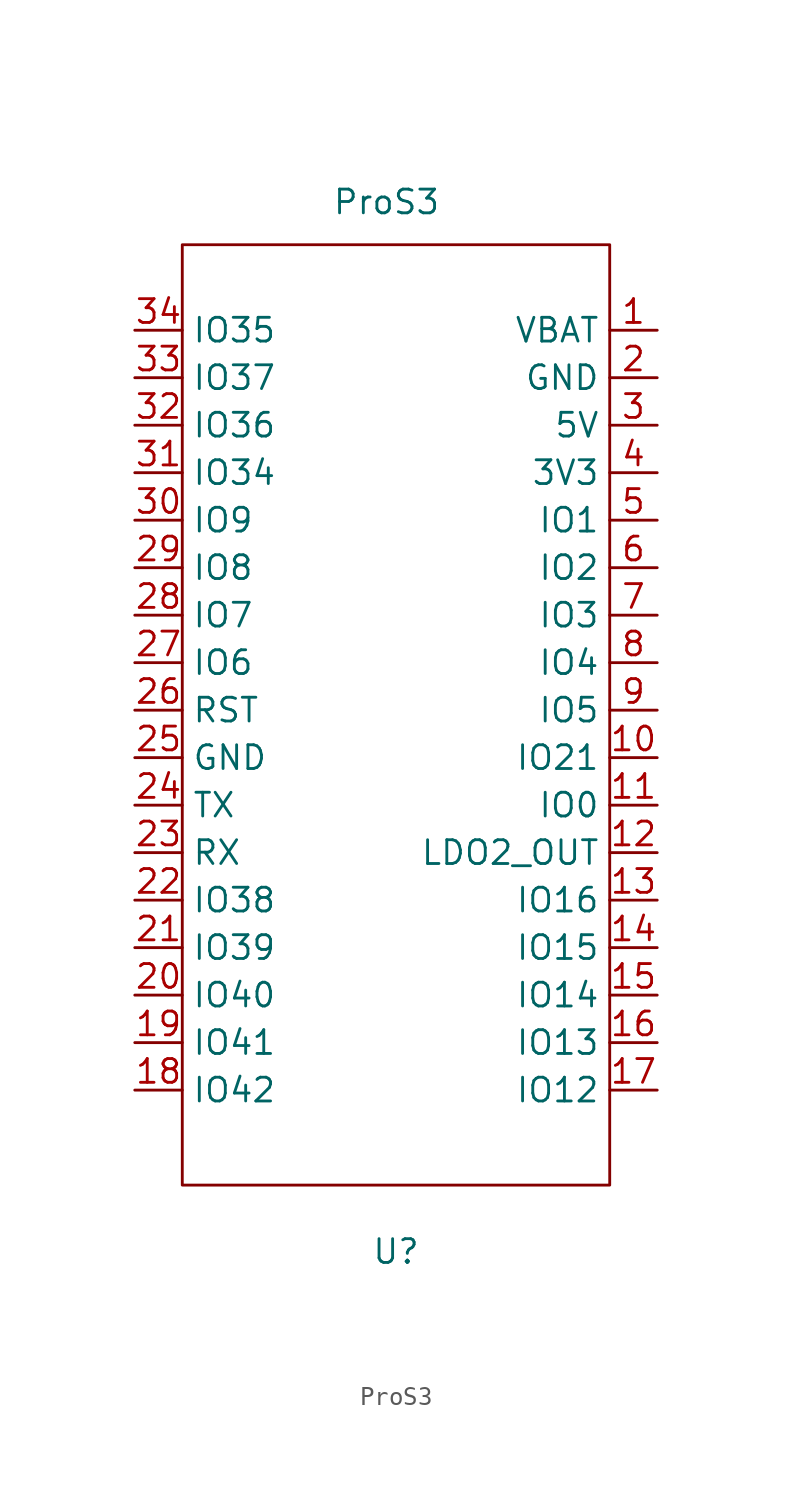
<source format=kicad_sym>
(kicad_symbol_lib
  (version 20220914)
  (generator kicad_symbol_editor)
  (symbol "ProS3"
    (property "Reference" "U"
      (at 0 -28.956 0)
      (effects (font (size 1.27 1.27))))
    (property "Value" "ProS3"
      (at -0.508 27.178 0)
      (effects (font (size 1.27 1.27))))
    (symbol "ProS3_0_1"
      (rectangle (start -11.43 24.892) (end 11.43 -25.4) (stroke (width 0.152) (type default)) (fill (type none))))
    (symbol "ProS3_1_1"
      (pin power_in line (at 13.97 20.32 180) (length 2.54) (name "VBAT" (effects (font (size 1.27 1.27)))) (number "1" (effects (font (size 1.27 1.27)))))
      (pin bidirectional line (at 13.97 -2.54 180) (length 2.54) (name "IO21" (effects (font (size 1.27 1.27)))) (number "10" (effects (font (size 1.27 1.27)))))
      (pin bidirectional line (at 13.97 -5.08 180) (length 2.54) (name "IO0" (effects (font (size 1.27 1.27)))) (number "11" (effects (font (size 1.27 1.27)))))
      (pin power_out line (at 13.97 -7.62 180) (length 2.54) (name "LDO2_OUT" (effects (font (size 1.27 1.27)))) (number "12" (effects (font (size 1.27 1.27)))))
      (pin bidirectional line (at 13.97 -10.16 180) (length 2.54) (name "IO16" (effects (font (size 1.27 1.27)))) (number "13" (effects (font (size 1.27 1.27)))))
      (pin bidirectional line (at 13.97 -12.7 180) (length 2.54) (name "IO15" (effects (font (size 1.27 1.27)))) (number "14" (effects (font (size 1.27 1.27)))))
      (pin bidirectional line (at 13.97 -15.24 180) (length 2.54) (name "IO14" (effects (font (size 1.27 1.27)))) (number "15" (effects (font (size 1.27 1.27)))))
      (pin bidirectional line (at 13.97 -17.78 180) (length 2.54) (name "IO13" (effects (font (size 1.27 1.27)))) (number "16" (effects (font (size 1.27 1.27)))))
      (pin bidirectional line (at 13.97 -20.32 180) (length 2.54) (name "IO12" (effects (font (size 1.27 1.27)))) (number "17" (effects (font (size 1.27 1.27)))))
      (pin bidirectional line (at -13.97 -20.32 0) (length 2.54) (name "IO42" (effects (font (size 1.27 1.27)))) (number "18" (effects (font (size 1.27 1.27)))))
      (pin bidirectional line (at -13.97 -17.78 0) (length 2.54) (name "IO41" (effects (font (size 1.27 1.27)))) (number "19" (effects (font (size 1.27 1.27)))))
      (pin power_in line (at 13.97 17.78 180) (length 2.54) (name "GND" (effects (font (size 1.27 1.27)))) (number "2" (effects (font (size 1.27 1.27)))))
      (pin bidirectional line (at -13.97 -15.24 0) (length 2.54) (name "IO40" (effects (font (size 1.27 1.27)))) (number "20" (effects (font (size 1.27 1.27)))))
      (pin bidirectional line (at -13.97 -12.7 0) (length 2.54) (name "IO39" (effects (font (size 1.27 1.27)))) (number "21" (effects (font (size 1.27 1.27)))))
      (pin bidirectional line (at -13.97 -10.16 0) (length 2.54) (name "IO38" (effects (font (size 1.27 1.27)))) (number "22" (effects (font (size 1.27 1.27)))))
      (pin bidirectional line (at -13.97 -7.62 0) (length 2.54) (name "RX" (effects (font (size 1.27 1.27)))) (number "23" (effects (font (size 1.27 1.27)))))
      (pin bidirectional line (at -13.97 -5.08 0) (length 2.54) (name "TX" (effects (font (size 1.27 1.27)))) (number "24" (effects (font (size 1.27 1.27)))))
      (pin power_in line (at -13.97 -2.54 0) (length 2.54) (name "GND" (effects (font (size 1.27 1.27)))) (number "25" (effects (font (size 1.27 1.27)))))
      (pin input line (at -13.97 0 0) (length 2.54) (name "RST" (effects (font (size 1.27 1.27)))) (number "26" (effects (font (size 1.27 1.27)))))
      (pin bidirectional line (at -13.97 2.54 0) (length 2.54) (name "IO6" (effects (font (size 1.27 1.27)))) (number "27" (effects (font (size 1.27 1.27)))))
      (pin bidirectional line (at -13.97 5.08 0) (length 2.54) (name "IO7" (effects (font (size 1.27 1.27)))) (number "28" (effects (font (size 1.27 1.27)))))
      (pin bidirectional line (at -13.97 7.62 0) (length 2.54) (name "IO8" (effects (font (size 1.27 1.27)))) (number "29" (effects (font (size 1.27 1.27)))))
      (pin power_in line (at 13.97 15.24 180) (length 2.54) (name "5V" (effects (font (size 1.27 1.27)))) (number "3" (effects (font (size 1.27 1.27)))))
      (pin bidirectional line (at -13.97 10.16 0) (length 2.54) (name "IO9" (effects (font (size 1.27 1.27)))) (number "30" (effects (font (size 1.27 1.27)))))
      (pin bidirectional line (at -13.97 12.7 0) (length 2.54) (name "IO34" (effects (font (size 1.27 1.27)))) (number "31" (effects (font (size 1.27 1.27)))))
      (pin bidirectional line (at -13.97 15.24 0) (length 2.54) (name "IO36" (effects (font (size 1.27 1.27)))) (number "32" (effects (font (size 1.27 1.27)))))
      (pin bidirectional line (at -13.97 17.78 0) (length 2.54) (name "IO37" (effects (font (size 1.27 1.27)))) (number "33" (effects (font (size 1.27 1.27)))))
      (pin bidirectional line (at -13.97 20.32 0) (length 2.54) (name "IO35" (effects (font (size 1.27 1.27)))) (number "34" (effects (font (size 1.27 1.27)))))
      (pin bidirectional line (at 13.97 12.7 180) (length 2.54) (name "3V3" (effects (font (size 1.27 1.27)))) (number "4" (effects (font (size 1.27 1.27)))))
      (pin bidirectional line (at 13.97 10.16 180) (length 2.54) (name "IO1" (effects (font (size 1.27 1.27)))) (number "5" (effects (font (size 1.27 1.27)))))
      (pin bidirectional line (at 13.97 7.62 180) (length 2.54) (name "IO2" (effects (font (size 1.27 1.27)))) (number "6" (effects (font (size 1.27 1.27)))))
      (pin bidirectional line (at 13.97 5.08 180) (length 2.54) (name "IO3" (effects (font (size 1.27 1.27)))) (number "7" (effects (font (size 1.27 1.27)))))
      (pin bidirectional line (at 13.97 2.54 180) (length 2.54) (name "IO4" (effects (font (size 1.27 1.27)))) (number "8" (effects (font (size 1.27 1.27)))))
      (pin bidirectional line (at 13.97 0 180) (length 2.54) (name "IO5" (effects (font (size 1.27 1.27)))) (number "9" (effects (font (size 1.27 1.27))))))))
</source>
